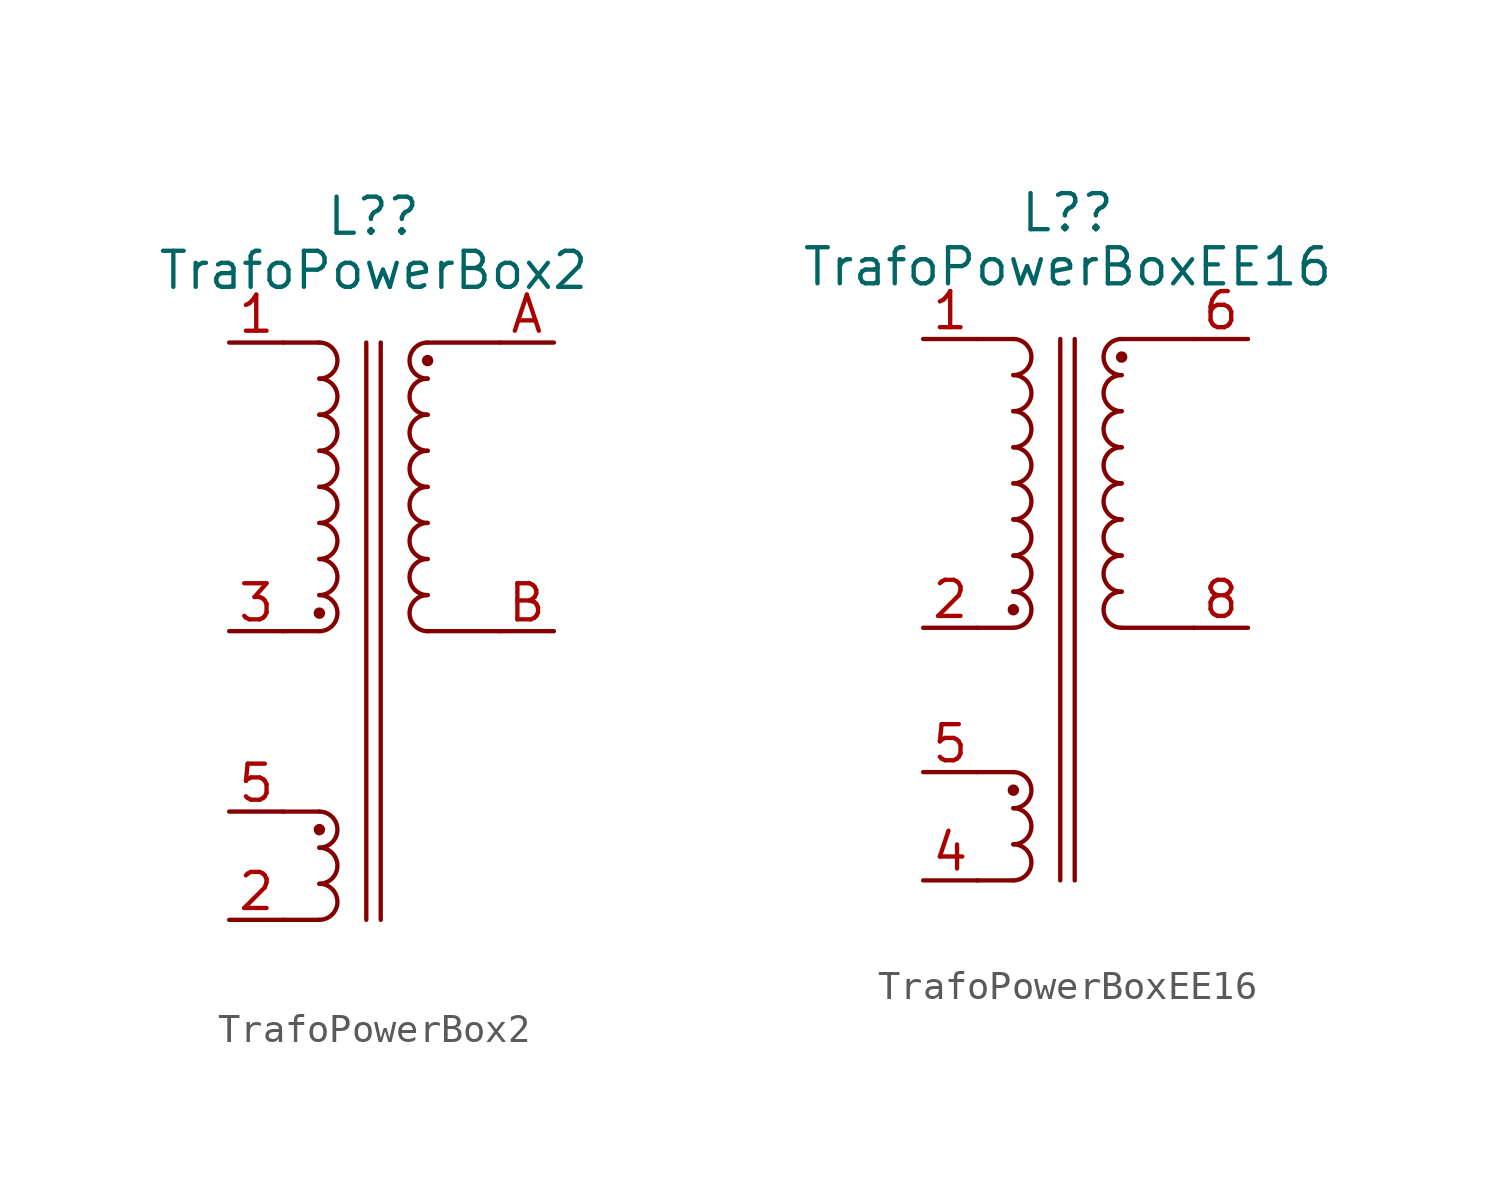
<source format=kicad_sym>
(kicad_symbol_lib
  (version 20231120)
  (generator "kicad_symbol_editor")
  (generator_version "8.0")
  (symbol "TrafoPowerBox2"
    (pin_names
      (offset 1.016))
    (property "Reference" "L?"
      (at 0 10.795 0)
      (effects (font (size 1.27 1.27))))
    (property "Value" "TrafoPowerBox2"
      (at 0 8.89 0)
      (effects (font (size 1.27 1.27))))
    (symbol "TrafoPowerBox2_0_1"
      (arc (start -1.905 -13.97) (mid -1.2727 -13.335) (end -1.905 -12.7) (stroke (width 0) (type default)) (fill (type none)))
      (arc (start -1.905 -12.7) (mid -1.2727 -12.065) (end -1.905 -11.43) (stroke (width 0) (type default)) (fill (type none)))
      (arc (start -1.905 -11.43) (mid -1.2727 -10.795) (end -1.905 -10.16) (stroke (width 0) (type default)) (fill (type none)))
      (circle (center -1.905 -10.795) (radius 0.127) (stroke (width 0) (type default)) (fill (type outline)))
      (arc (start -1.905 -3.81) (mid -1.2727 -3.175) (end -1.905 -2.54) (stroke (width 0) (type default)) (fill (type none)))
      (circle (center -1.905 -3.175) (radius 0.127) (stroke (width 0) (type default)) (fill (type outline)))
      (arc (start -1.905 -2.54) (mid -1.2727 -1.905) (end -1.905 -1.27) (stroke (width 0) (type default)) (fill (type none)))
      (arc (start -1.905 -1.27) (mid -1.2727 -0.635) (end -1.905 0) (stroke (width 0) (type default)) (fill (type none)))
      (arc (start -1.905 0) (mid -1.2727 0.635) (end -1.905 1.27) (stroke (width 0) (type default)) (fill (type none)))
      (arc (start -1.905 1.27) (mid -1.2727 1.905) (end -1.905 2.54) (stroke (width 0) (type default)) (fill (type none)))
      (arc (start -1.905 2.54) (mid -1.2727 3.175) (end -1.905 3.81) (stroke (width 0) (type default)) (fill (type none)))
      (arc (start -1.905 3.81) (mid -1.2727 4.445) (end -1.905 5.08) (stroke (width 0) (type default)) (fill (type none)))
      (arc (start -1.905 5.08) (mid -1.2727 5.715) (end -1.905 6.35) (stroke (width 0) (type default)) (fill (type none)))
      (polyline (pts (xy -3.175 -13.97) (xy -1.905 -13.97)) (stroke (width 0.152) (type default)) (fill (type none)))
      (polyline (pts (xy -3.175 6.35) (xy -1.905 6.35)) (stroke (width 0.152) (type default)) (fill (type none)))
      (polyline (pts (xy -1.905 -10.16) (xy -3.175 -10.16)) (stroke (width 0.152) (type default)) (fill (type none)))
      (polyline (pts (xy -1.905 -3.81) (xy -3.175 -3.81)) (stroke (width 0.152) (type default)) (fill (type none)))
      (polyline (pts (xy -0.254 -13.97) (xy -0.254 6.35)) (stroke (width 0) (type default)) (fill (type none)))
      (polyline (pts (xy 0.254 6.35) (xy 0.254 -13.97)) (stroke (width 0) (type default)) (fill (type none)))
      (polyline (pts (xy 1.905 -3.81) (xy 4.445 -3.81)) (stroke (width 0.152) (type default)) (fill (type none)))
      (polyline (pts (xy 1.905 6.35) (xy 4.445 6.35)) (stroke (width 0.152) (type default)) (fill (type none)))
      (arc (start 1.905 -2.54) (mid 1.2727 -3.175) (end 1.905 -3.81) (stroke (width 0) (type default)) (fill (type none)))
      (arc (start 1.905 -1.27) (mid 1.2727 -1.905) (end 1.905 -2.54) (stroke (width 0) (type default)) (fill (type none)))
      (arc (start 1.905 0) (mid 1.2727 -0.635) (end 1.905 -1.27) (stroke (width 0) (type default)) (fill (type none)))
      (arc (start 1.905 1.27) (mid 1.2727 0.635) (end 1.905 0) (stroke (width 0) (type default)) (fill (type none)))
      (arc (start 1.905 2.54) (mid 1.2727 1.905) (end 1.905 1.27) (stroke (width 0) (type default)) (fill (type none)))
      (arc (start 1.905 3.81) (mid 1.2727 3.175) (end 1.905 2.54) (stroke (width 0) (type default)) (fill (type none)))
      (arc (start 1.905 5.08) (mid 1.2727 4.445) (end 1.905 3.81) (stroke (width 0) (type default)) (fill (type none)))
      (circle (center 1.905 5.715) (radius 0.127) (stroke (width 0) (type default)) (fill (type outline)))
      (arc (start 1.905 6.35) (mid 1.2727 5.715) (end 1.905 5.08) (stroke (width 0) (type default)) (fill (type none))))
    (symbol "TrafoPowerBox2_1_1"
      (pin passive line (at -5.08 6.35 0) (length 1.905) (name "~" (effects (font (size 1.27 1.27)))) (number "1" (effects (font (size 1.27 1.27)))))
      (pin passive line (at -5.08 -13.97 0) (length 1.905) (name "~" (effects (font (size 1.27 1.27)))) (number "2" (effects (font (size 1.27 1.27)))))
      (pin passive line (at -5.08 -3.81 0) (length 1.905) (name "~" (effects (font (size 1.27 1.27)))) (number "3" (effects (font (size 1.27 1.27)))))
      (pin passive line (at -5.08 -10.16 0) (length 1.905) (name "~" (effects (font (size 1.27 1.27)))) (number "5" (effects (font (size 1.27 1.27)))))
      (pin passive line (at 6.35 6.35 180) (length 1.905) (name "~" (effects (font (size 1.27 1.27)))) (number "A" (effects (font (size 1.27 1.27)))))
      (pin passive line (at 6.35 -3.81 180) (length 1.905) (name "~" (effects (font (size 1.27 1.27)))) (number "B" (effects (font (size 1.27 1.27)))))))
  (symbol "TrafoPowerBoxEE16"
    (pin_names
      (offset 1.016))
    (property "Reference" "L?"
      (at 0 10.795 0)
      (effects (font (size 1.27 1.27))))
    (property "Value" "TrafoPowerBoxEE16"
      (at 0 8.89 0)
      (effects (font (size 1.27 1.27))))
    (symbol "TrafoPowerBoxEE16_0_1"
      (arc (start -1.905 -12.7) (mid -1.2727 -12.065) (end -1.905 -11.43) (stroke (width 0) (type default)) (fill (type none)))
      (arc (start -1.905 -11.43) (mid -1.2727 -10.795) (end -1.905 -10.16) (stroke (width 0) (type default)) (fill (type none)))
      (arc (start -1.905 -10.16) (mid -1.2727 -9.525) (end -1.905 -8.89) (stroke (width 0) (type default)) (fill (type none)))
      (circle (center -1.905 -9.525) (radius 0.127) (stroke (width 0) (type default)) (fill (type outline)))
      (arc (start -1.905 -3.81) (mid -1.2727 -3.175) (end -1.905 -2.54) (stroke (width 0) (type default)) (fill (type none)))
      (circle (center -1.905 -3.175) (radius 0.127) (stroke (width 0) (type default)) (fill (type outline)))
      (arc (start -1.905 -2.54) (mid -1.2727 -1.905) (end -1.905 -1.27) (stroke (width 0) (type default)) (fill (type none)))
      (arc (start -1.905 -1.27) (mid -1.2727 -0.635) (end -1.905 0) (stroke (width 0) (type default)) (fill (type none)))
      (arc (start -1.905 0) (mid -1.2727 0.635) (end -1.905 1.27) (stroke (width 0) (type default)) (fill (type none)))
      (arc (start -1.905 1.27) (mid -1.2727 1.905) (end -1.905 2.54) (stroke (width 0) (type default)) (fill (type none)))
      (arc (start -1.905 2.54) (mid -1.2727 3.175) (end -1.905 3.81) (stroke (width 0) (type default)) (fill (type none)))
      (arc (start -1.905 3.81) (mid -1.2727 4.445) (end -1.905 5.08) (stroke (width 0) (type default)) (fill (type none)))
      (arc (start -1.905 5.08) (mid -1.2727 5.715) (end -1.905 6.35) (stroke (width 0) (type default)) (fill (type none)))
      (polyline (pts (xy -3.175 -12.7) (xy -1.905 -12.7)) (stroke (width 0.152) (type default)) (fill (type none)))
      (polyline (pts (xy -3.175 6.35) (xy -1.905 6.35)) (stroke (width 0.152) (type default)) (fill (type none)))
      (polyline (pts (xy -1.905 -8.89) (xy -3.175 -8.89)) (stroke (width 0.152) (type default)) (fill (type none)))
      (polyline (pts (xy -1.905 -3.81) (xy -3.175 -3.81)) (stroke (width 0.152) (type default)) (fill (type none)))
      (polyline (pts (xy -0.254 -12.7) (xy -0.254 6.35)) (stroke (width 0) (type default)) (fill (type none)))
      (polyline (pts (xy 0.254 6.35) (xy 0.254 -12.7)) (stroke (width 0) (type default)) (fill (type none)))
      (polyline (pts (xy 1.905 -3.81) (xy 4.445 -3.81)) (stroke (width 0.152) (type default)) (fill (type none)))
      (polyline (pts (xy 1.905 6.35) (xy 4.445 6.35)) (stroke (width 0.152) (type default)) (fill (type none)))
      (arc (start 1.905 -2.54) (mid 1.2727 -3.175) (end 1.905 -3.81) (stroke (width 0) (type default)) (fill (type none)))
      (arc (start 1.905 -1.27) (mid 1.2727 -1.905) (end 1.905 -2.54) (stroke (width 0) (type default)) (fill (type none)))
      (arc (start 1.905 0) (mid 1.2727 -0.635) (end 1.905 -1.27) (stroke (width 0) (type default)) (fill (type none)))
      (arc (start 1.905 1.27) (mid 1.2727 0.635) (end 1.905 0) (stroke (width 0) (type default)) (fill (type none)))
      (arc (start 1.905 2.54) (mid 1.2727 1.905) (end 1.905 1.27) (stroke (width 0) (type default)) (fill (type none)))
      (arc (start 1.905 3.81) (mid 1.2727 3.175) (end 1.905 2.54) (stroke (width 0) (type default)) (fill (type none)))
      (arc (start 1.905 5.08) (mid 1.2727 4.445) (end 1.905 3.81) (stroke (width 0) (type default)) (fill (type none)))
      (circle (center 1.905 5.715) (radius 0.127) (stroke (width 0) (type default)) (fill (type outline)))
      (arc (start 1.905 6.35) (mid 1.2727 5.715) (end 1.905 5.08) (stroke (width 0) (type default)) (fill (type none))))
    (symbol "TrafoPowerBoxEE16_1_1"
      (pin passive line (at -5.08 6.35 0) (length 1.905) (name "~" (effects (font (size 1.27 1.27)))) (number "1" (effects (font (size 1.27 1.27)))))
      (pin passive line (at -5.08 -3.81 0) (length 1.905) (name "~" (effects (font (size 1.27 1.27)))) (number "2" (effects (font (size 1.27 1.27)))))
      (pin passive line (at -5.08 -12.7 0) (length 1.905) (name "~" (effects (font (size 1.27 1.27)))) (number "4" (effects (font (size 1.27 1.27)))))
      (pin passive line (at -5.08 -8.89 0) (length 1.905) (name "~" (effects (font (size 1.27 1.27)))) (number "5" (effects (font (size 1.27 1.27)))))
      (pin passive line (at 6.35 6.35 180) (length 1.905) (name "~" (effects (font (size 1.27 1.27)))) (number "6" (effects (font (size 1.27 1.27)))))
      (pin passive line (at 6.35 -3.81 180) (length 1.905) (name "~" (effects (font (size 1.27 1.27)))) (number "8" (effects (font (size 1.27 1.27))))))))
</source>
